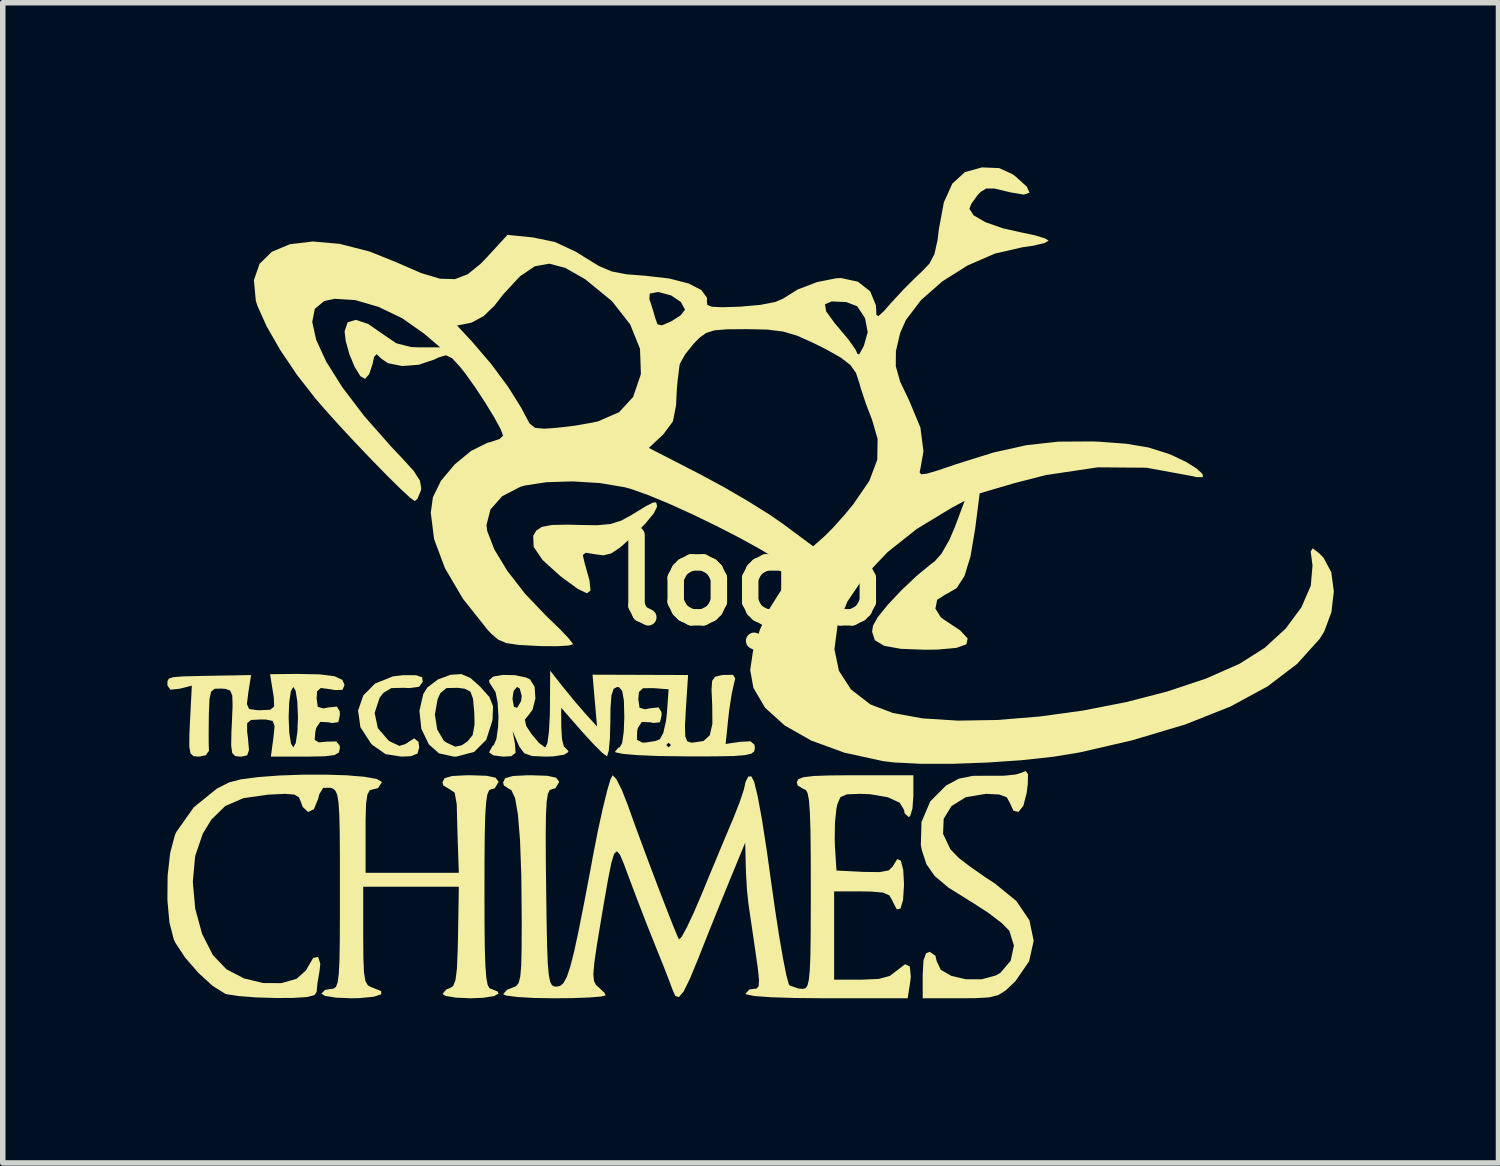
<source format=kicad_pcb>
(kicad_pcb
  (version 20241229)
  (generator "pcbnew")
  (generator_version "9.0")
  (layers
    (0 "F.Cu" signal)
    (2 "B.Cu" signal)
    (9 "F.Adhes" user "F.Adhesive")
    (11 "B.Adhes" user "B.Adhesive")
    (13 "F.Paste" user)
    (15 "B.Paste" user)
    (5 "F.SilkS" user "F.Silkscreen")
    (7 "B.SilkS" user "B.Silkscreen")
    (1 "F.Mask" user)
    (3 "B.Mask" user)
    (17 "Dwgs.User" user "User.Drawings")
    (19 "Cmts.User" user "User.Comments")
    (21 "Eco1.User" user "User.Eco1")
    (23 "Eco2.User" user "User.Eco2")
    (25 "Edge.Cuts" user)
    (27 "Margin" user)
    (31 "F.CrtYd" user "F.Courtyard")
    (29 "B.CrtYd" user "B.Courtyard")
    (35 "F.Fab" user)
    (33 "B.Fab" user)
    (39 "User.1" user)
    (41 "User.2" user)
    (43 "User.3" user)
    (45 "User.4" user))
  (footprint "logo"
    (layer "F.Cu")
    (at 10.619 7.519)
    (property "Reference" "logo" (at 0 0 0) (layer "F.SilkS") (effects (font (size 1.5 1.5) (thickness 0.3))))
    (attr board_only exclude_from_pos_files exclude_from_bom)
    (fp_poly (pts (xy -6.086 1.734) (xy -5.978 1.771) (xy -5.966 1.853) (xy -6.034 1.945) (xy -6.213 1.968) (xy -6.304 1.963) (xy -6.538 1.968) (xy -6.685 2.056) (xy -6.752 2.144) (xy -6.843 2.421) (xy -6.785 2.698) (xy -6.588 2.925) (xy -6.569 2.938) (xy -6.392 3.022) (xy -6.273 2.984) (xy -6.265 2.976) (xy -6.123 2.884) (xy -6.044 2.947) (xy -6.031 3.048) (xy -6.062 3.161) (xy -6.182 3.209) (xy -6.355 3.217) (xy -6.645 3.171) (xy -6.881 3.006) (xy -6.908 2.98) (xy -7.102 2.681) (xy -7.145 2.378) (xy -7.05 2.102) (xy -6.833 1.884) (xy -6.507 1.754) (xy -6.325 1.733)) (stroke (width 0) (type solid)) (fill yes) (layer "F.SilkS"))
    (fp_poly (pts (xy -1.699 -1.359) (xy -1.699 -1.331) (xy -1.758 -1.215) (xy -1.911 -1.028) (xy -2.126 -0.81) (xy -2.127 -0.81) (xy -2.366 -0.597) (xy -2.533 -0.485) (xy -2.674 -0.451) (xy -2.819 -0.469) (xy -2.997 -0.498) (xy -3.05 -0.455) (xy -3.021 -0.327) (xy -2.929 0.003) (xy -2.909 0.19) (xy -2.976 0.241) (xy -3.14 0.162) (xy -3.415 -0.039) (xy -3.469 -0.081) (xy -3.784 -0.366) (xy -3.945 -0.604) (xy -3.954 -0.805) (xy -3.899 -0.9) (xy -3.797 -0.969) (xy -3.613 -1.004) (xy -3.312 -1.01) (xy -3.143 -1.005) (xy -2.788 -0.999) (xy -2.543 -1.022) (xy -2.349 -1.084) (xy -2.161 -1.187) (xy -1.912 -1.34) (xy -1.773 -1.412) (xy -1.714 -1.415)) (stroke (width 0) (type solid)) (fill yes) (layer "F.SilkS"))
    (fp_poly (pts (xy -5.099 1.783) (xy -4.92 1.942) (xy -4.751 2.132) (xy -4.686 2.3) (xy -4.694 2.528) (xy -4.699 2.564) (xy -4.81 2.911) (xy -5.03 3.131) (xy -5.352 3.216) (xy -5.398 3.217) (xy -5.67 3.158) (xy -5.855 2.994) (xy -5.992 2.711) (xy -6.02 2.449) (xy -5.745 2.449) (xy -5.703 2.723) (xy -5.584 2.925) (xy -5.536 2.96) (xy -5.377 3.035) (xy -5.256 3.011) (xy -5.15 2.939) (xy -5.057 2.824) (xy -5.022 2.628) (xy -5.028 2.41) (xy -5.051 2.16) (xy -5.098 2.032) (xy -5.202 1.98) (xy -5.331 1.963) (xy -5.535 1.968) (xy -5.646 2.061) (xy -5.695 2.168) (xy -5.745 2.449) (xy -6.02 2.449) (xy -6.027 2.381) (xy -5.957 2.077) (xy -5.883 1.957) (xy -5.692 1.812) (xy -5.461 1.726) (xy -5.264 1.713)) (stroke (width 0) (type solid)) (fill yes) (layer "F.SilkS"))
    (fp_poly (pts (xy 5.062 3.537) (xy 5.057 3.721) (xy 5.038 3.875) (xy 4.977 4.112) (xy 4.888 4.225) (xy 4.796 4.202) (xy 4.733 4.064) (xy 4.673 3.957) (xy 4.536 3.907) (xy 4.294 3.895) (xy 3.928 3.956) (xy 3.667 4.118) (xy 3.525 4.35) (xy 3.514 4.623) (xy 3.647 4.904) (xy 3.801 5.064) (xy 4.008 5.222) (xy 4.284 5.415) (xy 4.46 5.53) (xy 4.851 5.849) (xy 5.088 6.201) (xy 5.165 6.572) (xy 5.082 6.945) (xy 4.835 7.305) (xy 4.801 7.339) (xy 4.653 7.478) (xy 4.519 7.562) (xy 4.351 7.604) (xy 4.099 7.618) (xy 3.831 7.62) (xy 3.143 7.62) (xy 3.143 7.197) (xy 3.157 6.93) (xy 3.204 6.8) (xy 3.271 6.773) (xy 3.374 6.844) (xy 3.398 6.945) (xy 3.473 7.101) (xy 3.667 7.213) (xy 3.93 7.274) (xy 4.216 7.274) (xy 4.475 7.204) (xy 4.559 7.156) (xy 4.746 6.935) (xy 4.805 6.659) (xy 4.721 6.39) (xy 4.719 6.388) (xy 4.585 6.251) (xy 4.347 6.069) (xy 4.053 5.878) (xy 3.993 5.842) (xy 3.613 5.604) (xy 3.362 5.393) (xy 3.21 5.176) (xy 3.126 4.918) (xy 3.109 4.826) (xy 3.121 4.408) (xy 3.28 4.033) (xy 3.567 3.744) (xy 3.567 3.744) (xy 3.801 3.619) (xy 4.054 3.567) (xy 4.338 3.565) (xy 4.619 3.565) (xy 4.838 3.543) (xy 4.918 3.519) (xy 5.018 3.479)) (stroke (width 0) (type solid)) (fill yes) (layer "F.SilkS"))
    (fp_poly (pts (xy -7.844 1.718) (xy -7.575 1.752) (xy -7.431 1.818) (xy -7.391 1.913) (xy -7.429 2) (xy -7.569 2.004) (xy -7.645 1.99) (xy -7.823 1.966) (xy -7.891 2.026) (xy -7.9 2.154) (xy -7.879 2.31) (xy -7.779 2.339) (xy -7.688 2.321) (xy -7.531 2.305) (xy -7.479 2.391) (xy -7.476 2.455) (xy -7.504 2.589) (xy -7.621 2.605) (xy -7.678 2.592) (xy -7.834 2.584) (xy -7.907 2.692) (xy -7.923 2.761) (xy -7.935 2.913) (xy -7.859 2.957) (xy -7.72 2.944) (xy -7.542 2.94) (xy -7.479 3.018) (xy -7.476 3.063) (xy -7.495 3.143) (xy -7.576 3.189) (xy -7.755 3.211) (xy -8.064 3.217) (xy -8.105 3.217) (xy -8.734 3.217) (xy -8.688 2.879) (xy -8.666 2.663) (xy -8.701 2.566) (xy -8.826 2.541) (xy -8.92 2.54) (xy -9.095 2.549) (xy -9.166 2.608) (xy -9.166 2.765) (xy -9.151 2.879) (xy -9.132 3.096) (xy -9.165 3.193) (xy -9.27 3.217) (xy -9.291 3.217) (xy -9.385 3.207) (xy -9.438 3.151) (xy -9.457 3.013) (xy -9.452 2.758) (xy -9.444 2.603) (xy -9.44 2.498) (xy -8.41 2.498) (xy -8.398 2.785) (xy -8.366 2.982) (xy -8.325 3.048) (xy -8.281 2.97) (xy -8.25 2.764) (xy -8.24 2.498) (xy -8.252 2.21) (xy -8.284 2.013) (xy -8.325 1.947) (xy -8.369 2.025) (xy -8.4 2.231) (xy -8.41 2.498) (xy -9.44 2.498) (xy -9.431 2.287) (xy -9.437 2.103) (xy -9.475 2.014) (xy -9.555 1.984) (xy -9.634 1.977) (xy -9.755 1.98) (xy -9.822 2.031) (xy -9.852 2.167) (xy -9.863 2.429) (xy -9.864 2.485) (xy -9.867 2.779) (xy -9.866 3.01) (xy -9.861 3.111) (xy -9.921 3.193) (xy -10.043 3.217) (xy -10.142 3.209) (xy -10.198 3.16) (xy -10.22 3.037) (xy -10.218 2.802) (xy -10.207 2.571) (xy -10.174 1.924) (xy -10.396 1.98) (xy -10.564 1.997) (xy -10.618 1.921) (xy -10.619 1.907) (xy -10.617 1.838) (xy -10.59 1.794) (xy -10.508 1.769) (xy -10.338 1.755) (xy -10.049 1.748) (xy -9.793 1.743) (xy -9.094 1.731) (xy -9.145 2.051) (xy -9.17 2.259) (xy -9.131 2.349) (xy -8.994 2.37) (xy -8.92 2.371) (xy -8.743 2.362) (xy -8.674 2.302) (xy -8.68 2.143) (xy -8.696 2.043) (xy -8.748 1.715) (xy -8.261 1.71)) (stroke (width 0) (type solid)) (fill yes) (layer "F.SilkS"))
    (fp_poly (pts (xy -7.354 3.557) (xy -7.029 3.584) (xy -6.804 3.624) (xy -6.712 3.678) (xy -6.711 3.683) (xy -6.781 3.791) (xy -6.86 3.81) (xy -6.931 3.829) (xy -6.975 3.907) (xy -6.999 4.075) (xy -7.008 4.364) (xy -7.008 4.572) (xy -7.008 5.334) (xy -6.159 5.334) (xy -5.309 5.334) (xy -5.326 4.847) (xy -5.336 4.521) (xy -5.344 4.219) (xy -5.347 4.085) (xy -5.385 3.873) (xy -5.479 3.81) (xy -5.592 3.742) (xy -5.607 3.683) (xy -5.568 3.609) (xy -5.429 3.57) (xy -5.158 3.556) (xy -5.097 3.556) (xy -4.801 3.566) (xy -4.642 3.6) (xy -4.588 3.668) (xy -4.587 3.683) (xy -4.655 3.795) (xy -4.715 3.81) (xy -4.757 3.83) (xy -4.789 3.904) (xy -4.812 4.051) (xy -4.828 4.292) (xy -4.837 4.646) (xy -4.841 5.134) (xy -4.842 5.63) (xy -4.841 6.238) (xy -4.836 6.697) (xy -4.825 7.027) (xy -4.808 7.247) (xy -4.784 7.377) (xy -4.749 7.438) (xy -4.715 7.451) (xy -4.602 7.496) (xy -4.587 7.535) (xy -4.665 7.58) (xy -4.867 7.611) (xy -5.097 7.62) (xy -5.366 7.608) (xy -5.55 7.577) (xy -5.607 7.542) (xy -5.537 7.459) (xy -5.473 7.436) (xy -5.412 7.396) (xy -5.37 7.288) (xy -5.344 7.084) (xy -5.33 6.755) (xy -5.324 6.498) (xy -5.309 5.588) (xy -6.18 5.588) (xy -7.051 5.588) (xy -7.051 6.485) (xy -7.048 6.886) (xy -7.037 7.148) (xy -7.012 7.305) (xy -6.966 7.385) (xy -6.895 7.422) (xy -6.881 7.426) (xy -6.725 7.489) (xy -6.723 7.547) (xy -6.86 7.592) (xy -7.121 7.617) (xy -7.263 7.62) (xy -7.552 7.608) (xy -7.749 7.576) (xy -7.815 7.535) (xy -7.744 7.467) (xy -7.645 7.451) (xy -7.589 7.444) (xy -7.547 7.411) (xy -7.517 7.33) (xy -7.497 7.18) (xy -7.484 6.941) (xy -7.478 6.589) (xy -7.476 6.106) (xy -7.476 5.64) (xy -7.476 5.042) (xy -7.479 4.592) (xy -7.487 4.268) (xy -7.502 4.049) (xy -7.525 3.912) (xy -7.559 3.836) (xy -7.605 3.799) (xy -7.649 3.785) (xy -7.781 3.786) (xy -7.853 3.906) (xy -7.872 3.986) (xy -7.95 4.175) (xy -8.057 4.226) (xy -8.156 4.13) (xy -8.182 4.054) (xy -8.223 3.958) (xy -8.306 3.908) (xy -8.475 3.895) (xy -8.77 3.909) (xy -8.786 3.91) (xy -9.236 3.974) (xy -9.566 4.118) (xy -9.818 4.365) (xy -9.973 4.618) (xy -10.113 5.028) (xy -10.156 5.499) (xy -10.112 5.987) (xy -9.987 6.446) (xy -9.79 6.833) (xy -9.543 7.091) (xy -9.223 7.258) (xy -8.875 7.342) (xy -8.542 7.344) (xy -8.265 7.265) (xy -8.088 7.106) (xy -8.067 7.062) (xy -7.963 6.886) (xy -7.873 6.866) (xy -7.833 6.992) (xy -7.847 7.123) (xy -7.885 7.346) (xy -7.9 7.504) (xy -7.939 7.562) (xy -8.073 7.597) (xy -8.329 7.613) (xy -8.644 7.615) (xy -9.004 7.604) (xy -9.316 7.58) (xy -9.529 7.548) (xy -9.569 7.536) (xy -9.795 7.394) (xy -10.054 7.157) (xy -10.296 6.879) (xy -10.472 6.612) (xy -10.501 6.552) (xy -10.582 6.238) (xy -10.619 5.83) (xy -10.615 5.389) (xy -10.569 4.976) (xy -10.484 4.651) (xy -10.457 4.59) (xy -10.139 4.141) (xy -9.718 3.8) (xy -9.496 3.687) (xy -9.284 3.632) (xy -8.969 3.59) (xy -8.584 3.561) (xy -8.165 3.546) (xy -7.743 3.545)) (stroke (width 0) (type solid)) (fill yes) (layer "F.SilkS"))
    (fp_poly (pts (xy -3.415 1.943) (xy -3.217 2.186) (xy -3.021 2.414) (xy -2.988 2.451) (xy -2.791 2.667) (xy -2.832 2.195) (xy -2.873 1.724) (xy -2.003 1.727) (xy -1.132 1.73) (xy -1.172 2.347) (xy -1.189 2.665) (xy -1.183 2.85) (xy -1.147 2.937) (xy -1.076 2.962) (xy -1.052 2.962) (xy -0.852 2.933) (xy -0.737 2.829) (xy -0.689 2.62) (xy -0.692 2.285) (xy -0.705 1.996) (xy -0.693 1.835) (xy -0.64 1.762) (xy -0.53 1.734) (xy -0.48 1.729) (xy -0.313 1.726) (xy -0.273 1.793) (xy -0.296 1.889) (xy -0.338 2.079) (xy -0.381 2.359) (xy -0.401 2.53) (xy -0.448 2.986) (xy -0.181 2.947) (xy 0.007 2.938) (xy 0.079 3.002) (xy 0.085 3.062) (xy 0.073 3.122) (xy 0.021 3.163) (xy -0.096 3.19) (xy -0.303 3.206) (xy -0.626 3.212) (xy -1.089 3.213) (xy -1.189 3.212) (xy -1.664 3.206) (xy -2.049 3.19) (xy -2.32 3.167) (xy -2.454 3.139) (xy -2.464 3.128) (xy -2.399 3.05) (xy -2.379 3.048) (xy -2.354 3.006) (xy -1.529 3.006) (xy -1.487 3.048) (xy -1.444 3.006) (xy -1.487 2.963) (xy -1.529 3.006) (xy -2.354 3.006) (xy -2.334 2.97) (xy -2.325 2.91) (xy -2.063 2.91) (xy -1.966 2.961) (xy -1.921 2.962) (xy -1.728 2.933) (xy -1.645 2.899) (xy -1.583 2.784) (xy -1.533 2.561) (xy -1.517 2.413) (xy -1.487 1.99) (xy -1.763 1.969) (xy -1.953 1.97) (xy -2.027 2.04) (xy -2.039 2.168) (xy -2.017 2.325) (xy -1.918 2.355) (xy -1.826 2.336) (xy -1.669 2.32) (xy -1.617 2.405) (xy -1.614 2.463) (xy -1.644 2.591) (xy -1.764 2.604) (xy -1.817 2.592) (xy -1.975 2.584) (xy -2.047 2.696) (xy -2.06 2.752) (xy -2.063 2.91) (xy -2.325 2.91) (xy -2.304 2.764) (xy -2.294 2.498) (xy -2.302 2.189) (xy -2.333 2.017) (xy -2.392 1.951) (xy -2.421 1.947) (xy -2.488 1.981) (xy -2.528 2.101) (xy -2.546 2.339) (xy -2.548 2.582) (xy -2.556 2.885) (xy -2.577 3.107) (xy -2.606 3.208) (xy -2.612 3.21) (xy -2.696 3.148) (xy -2.855 2.989) (xy -3.056 2.77) (xy -3.06 2.765) (xy -3.444 2.327) (xy -3.442 2.687) (xy -3.428 2.907) (xy -3.394 3.035) (xy -3.377 3.048) (xy -3.315 3.113) (xy -3.313 3.133) (xy -3.389 3.182) (xy -3.583 3.212) (xy -3.721 3.217) (xy -3.976 3.206) (xy -4.118 3.155) (xy -4.204 3.039) (xy -4.229 2.985) (xy -4.329 2.752) (xy -4.286 2.985) (xy -4.275 3.148) (xy -4.354 3.209) (xy -4.501 3.217) (xy -4.68 3.194) (xy -4.757 3.139) (xy -4.757 3.138) (xy -4.695 3.023) (xy -4.672 3.006) (xy -4.625 2.898) (xy -4.594 2.678) (xy -4.587 2.498) (xy -4.602 2.234) (xy -4.616 2.164) (xy -4.332 2.164) (xy -4.305 2.308) (xy -4.247 2.328) (xy -4.176 2.209) (xy -4.163 2.112) (xy -4.199 1.977) (xy -4.247 1.947) (xy -4.311 2.02) (xy -4.332 2.164) (xy -4.616 2.164) (xy -4.639 2.045) (xy -4.672 1.99) (xy -4.752 1.867) (xy -4.757 1.824) (xy -4.684 1.759) (xy -4.506 1.728) (xy -4.285 1.733) (xy -4.083 1.776) (xy -4.013 1.808) (xy -3.928 1.945) (xy -3.914 2.156) (xy -3.966 2.362) (xy -4.034 2.454) (xy -4.106 2.543) (xy -4.083 2.654) (xy -3.986 2.804) (xy -3.849 2.967) (xy -3.742 3.046) (xy -3.732 3.048) (xy -3.695 2.97) (xy -3.667 2.762) (xy -3.651 2.464) (xy -3.649 2.349) (xy -3.645 1.651)) (stroke (width 0) (type solid)) (fill yes) (layer "F.SilkS"))
    (fp_poly (pts (xy 2.973 3.937) (xy 2.956 4.164) (xy 2.914 4.301) (xy 2.888 4.318) (xy 2.813 4.249) (xy 2.803 4.189) (xy 2.724 4.057) (xy 2.508 3.957) (xy 2.185 3.902) (xy 1.995 3.895) (xy 1.761 3.904) (xy 1.643 3.956) (xy 1.588 4.084) (xy 1.57 4.17) (xy 1.544 4.425) (xy 1.54 4.744) (xy 1.545 4.869) (xy 1.572 5.292) (xy 2.061 5.317) (xy 2.358 5.321) (xy 2.524 5.29) (xy 2.599 5.216) (xy 2.601 5.211) (xy 2.679 5.084) (xy 2.744 5.112) (xy 2.788 5.279) (xy 2.803 5.546) (xy 2.785 5.827) (xy 2.739 5.984) (xy 2.673 6.001) (xy 2.599 5.865) (xy 2.591 5.842) (xy 2.535 5.745) (xy 2.419 5.694) (xy 2.198 5.675) (xy 2.033 5.673) (xy 1.529 5.673) (xy 1.529 6.477) (xy 1.529 7.281) (xy 2.026 7.281) (xy 2.341 7.267) (xy 2.542 7.214) (xy 2.678 7.11) (xy 2.823 6.999) (xy 2.908 7.041) (xy 2.926 7.23) (xy 2.912 7.345) (xy 2.869 7.62) (xy 1.392 7.62) (xy 0.821 7.615) (xy 0.378 7.601) (xy 0.077 7.579) (xy -0.071 7.549) (xy -0.085 7.535) (xy -0.016 7.46) (xy 0.042 7.451) (xy 0.115 7.443) (xy 0.154 7.4) (xy 0.161 7.289) (xy 0.139 7.077) (xy 0.09 6.732) (xy 0.086 6.705) (xy 0.037 6.37) (xy -0.008 6.066) (xy -0.034 5.884) (xy -0.059 5.643) (xy -0.077 5.333) (xy -0.081 5.207) (xy -0.091 4.784) (xy -0.37 5.461) (xy -0.539 5.876) (xy -0.733 6.357) (xy -0.913 6.809) (xy -0.94 6.879) (xy -1.098 7.262) (xy -1.214 7.498) (xy -1.3 7.598) (xy -1.365 7.577) (xy -1.412 7.472) (xy -1.466 7.326) (xy -1.564 7.072) (xy -1.689 6.761) (xy -1.718 6.689) (xy -1.885 6.271) (xy -2.065 5.804) (xy -2.209 5.422) (xy -2.302 5.171) (xy -2.372 5.006) (xy -2.429 4.941) (xy -2.479 4.986) (xy -2.53 5.154) (xy -2.591 5.458) (xy -2.67 5.91) (xy -2.722 6.217) (xy -2.796 6.666) (xy -2.841 6.978) (xy -2.858 7.181) (xy -2.847 7.304) (xy -2.811 7.376) (xy -2.771 7.412) (xy -2.657 7.518) (xy -2.633 7.566) (xy -2.713 7.588) (xy -2.928 7.605) (xy -3.244 7.617) (xy -3.568 7.62) (xy -3.943 7.614) (xy -4.247 7.596) (xy -4.444 7.571) (xy -4.502 7.545) (xy -4.432 7.466) (xy -4.332 7.426) (xy -4.266 7.399) (xy -4.219 7.34) (xy -4.189 7.222) (xy -4.172 7.02) (xy -4.165 6.706) (xy -4.163 6.253) (xy -4.163 6.167) (xy -4.171 5.37) (xy -4.194 4.739) (xy -4.232 4.272) (xy -4.285 3.968) (xy -4.354 3.824) (xy -4.387 3.81) (xy -4.489 3.742) (xy -4.502 3.683) (xy -4.463 3.609) (xy -4.324 3.57) (xy -4.054 3.556) (xy -3.993 3.556) (xy -3.697 3.566) (xy -3.538 3.6) (xy -3.484 3.668) (xy -3.483 3.683) (xy -3.551 3.795) (xy -3.612 3.81) (xy -3.655 3.828) (xy -3.687 3.897) (xy -3.708 4.037) (xy -3.721 4.267) (xy -3.726 4.609) (xy -3.724 5.082) (xy -3.718 5.609) (xy -3.71 6.205) (xy -3.701 6.652) (xy -3.689 6.973) (xy -3.671 7.187) (xy -3.646 7.317) (xy -3.612 7.383) (xy -3.565 7.406) (xy -3.531 7.408) (xy -3.463 7.395) (xy -3.402 7.342) (xy -3.342 7.233) (xy -3.28 7.049) (xy -3.209 6.773) (xy -3.126 6.387) (xy -3.024 5.873) (xy -2.899 5.213) (xy -2.872 5.063) (xy -2.778 4.582) (xy -2.687 4.165) (xy -2.607 3.838) (xy -2.544 3.626) (xy -2.505 3.556) (xy -2.437 3.63) (xy -2.339 3.825) (xy -2.23 4.1) (xy -2.221 4.128) (xy -2.11 4.437) (xy -1.972 4.812) (xy -1.82 5.22) (xy -1.666 5.626) (xy -1.523 5.996) (xy -1.405 6.296) (xy -1.324 6.493) (xy -1.297 6.548) (xy -1.251 6.504) (xy -1.156 6.331) (xy -1.027 6.057) (xy -0.893 5.744) (xy -0.718 5.32) (xy -0.539 4.89) (xy -0.382 4.516) (xy -0.308 4.341) (xy -0.194 4.052) (xy -0.114 3.811) (xy -0.085 3.678) (xy -0.034 3.579) (xy 0.021 3.577) (xy 0.072 3.675) (xy 0.136 3.938) (xy 0.214 4.362) (xy 0.304 4.944) (xy 0.377 5.468) (xy 0.454 6.011) (xy 0.529 6.496) (xy 0.599 6.9) (xy 0.658 7.197) (xy 0.703 7.362) (xy 0.717 7.386) (xy 0.877 7.442) (xy 0.956 7.449) (xy 1.005 7.438) (xy 1.042 7.391) (xy 1.068 7.286) (xy 1.086 7.103) (xy 1.097 6.82) (xy 1.102 6.418) (xy 1.104 5.875) (xy 1.104 5.63) (xy 1.103 5.022) (xy 1.098 4.563) (xy 1.087 4.234) (xy 1.071 4.014) (xy 1.046 3.883) (xy 1.012 3.822) (xy 0.977 3.81) (xy 0.864 3.742) (xy 0.849 3.683) (xy 0.875 3.629) (xy 0.967 3.593) (xy 1.152 3.57) (xy 1.455 3.559) (xy 1.902 3.556) (xy 1.911 3.556) (xy 2.973 3.556)) (stroke (width 0) (type solid)) (fill yes) (layer "F.SilkS"))
    (fp_poly (pts (xy 4.536 -7.506) (xy 4.779 -7.395) (xy 4.839 -7.35) (xy 5.041 -7.167) (xy 5.089 -7.057) (xy 4.985 -7.023) (xy 4.731 -7.066) (xy 4.693 -7.076) (xy 4.445 -7.134) (xy 4.299 -7.134) (xy 4.196 -7.07) (xy 4.141 -7.011) (xy 4.03 -6.857) (xy 3.993 -6.766) (xy 4.071 -6.645) (xy 4.285 -6.521) (xy 4.601 -6.41) (xy 4.916 -6.339) (xy 5.187 -6.282) (xy 5.375 -6.224) (xy 5.437 -6.183) (xy 5.36 -6.14) (xy 5.162 -6.093) (xy 4.956 -6.063) (xy 4.457 -5.948) (xy 3.96 -5.732) (xy 3.5 -5.442) (xy 3.114 -5.103) (xy 2.837 -4.739) (xy 2.733 -4.504) (xy 2.655 -4.174) (xy 2.652 -3.898) (xy 2.733 -3.612) (xy 2.897 -3.27) (xy 3.101 -2.779) (xy 3.157 -2.346) (xy 3.104 -2.044) (xy 3.086 -1.963) (xy 3.115 -1.927) (xy 3.219 -1.939) (xy 3.428 -2.001) (xy 3.754 -2.112) (xy 4.435 -2.325) (xy 5.034 -2.458) (xy 5.612 -2.522) (xy 6.23 -2.526) (xy 6.345 -2.522) (xy 6.852 -2.484) (xy 7.251 -2.417) (xy 7.601 -2.308) (xy 7.682 -2.276) (xy 7.94 -2.154) (xy 8.132 -2.033) (xy 8.241 -1.934) (xy 8.247 -1.876) (xy 8.13 -1.876) (xy 8.06 -1.893) (xy 7.22 -2.047) (xy 6.333 -2.054) (xy 5.387 -1.913) (xy 4.807 -1.764) (xy 4.181 -1.58) (xy 4.098 -0.93) (xy 4.013 -0.427) (xy 3.904 -0.074) (xy 3.761 0.147) (xy 3.578 0.254) (xy 3.568 0.256) (xy 3.407 0.359) (xy 3.374 0.52) (xy 3.475 0.681) (xy 3.529 0.72) (xy 3.824 0.915) (xy 3.962 1.064) (xy 3.94 1.17) (xy 3.756 1.236) (xy 3.408 1.267) (xy 3.197 1.27) (xy 2.744 1.253) (xy 2.441 1.198) (xy 2.272 1.097) (xy 2.221 0.943) (xy 2.237 0.832) (xy 2.325 0.674) (xy 2.51 0.446) (xy 2.756 0.185) (xy 3.03 -0.074) (xy 3.294 -0.292) (xy 3.363 -0.342) (xy 3.488 -0.486) (xy 3.628 -0.732) (xy 3.724 -0.954) (xy 3.907 -1.443) (xy 3.674 -1.319) (xy 3.034 -0.931) (xy 2.501 -0.507) (xy 2.078 -0.062) (xy 1.772 0.39) (xy 1.59 0.836) (xy 1.535 1.261) (xy 1.616 1.652) (xy 1.836 1.993) (xy 2.19 2.266) (xy 2.599 2.422) (xy 3.139 2.52) (xy 3.782 2.561) (xy 4.503 2.549) (xy 5.272 2.486) (xy 6.065 2.377) (xy 6.853 2.223) (xy 7.609 2.027) (xy 8.306 1.794) (xy 8.914 1.526) (xy 9.374 1.235) (xy 9.758 0.882) (xy 10.044 0.495) (xy 10.214 0.102) (xy 10.246 -0.268) (xy 10.239 -0.314) (xy 10.212 -0.522) (xy 10.25 -0.578) (xy 10.367 -0.488) (xy 10.446 -0.407) (xy 10.587 -0.144) (xy 10.634 0.204) (xy 10.59 0.584) (xy 10.457 0.941) (xy 10.377 1.07) (xy 9.964 1.528) (xy 9.425 1.938) (xy 8.75 2.304) (xy 7.932 2.629) (xy 6.961 2.919) (xy 6.006 3.14) (xy 5.524 3.219) (xy 4.946 3.282) (xy 4.319 3.325) (xy 3.692 3.348) (xy 3.111 3.348) (xy 2.625 3.323) (xy 2.421 3.299) (xy 1.716 3.145) (xy 1.113 2.925) (xy 0.627 2.649) (xy 0.271 2.326) (xy 0.058 1.964) (xy 0 1.639) (xy 0.049 1.303) (xy 0.177 0.903) (xy 0.36 0.506) (xy 0.546 0.212) (xy 0.681 0.02) (xy 0.757 -0.118) (xy 0.763 -0.143) (xy 0.688 -0.235) (xy 0.485 -0.379) (xy 0.182 -0.562) (xy -0.193 -0.769) (xy -0.613 -0.985) (xy -1.049 -1.196) (xy -1.473 -1.389) (xy -1.857 -1.548) (xy -2.174 -1.661) (xy -2.289 -1.692) (xy -2.742 -1.768) (xy -3.238 -1.798) (xy -3.714 -1.783) (xy -4.106 -1.723) (xy -4.186 -1.7) (xy -4.519 -1.528) (xy -4.733 -1.286) (xy -4.805 -1.002) (xy -4.792 -0.895) (xy -4.664 -0.561) (xy -4.425 -0.167) (xy -4.103 0.248) (xy -3.725 0.645) (xy -3.708 0.661) (xy -3.48 0.881) (xy -3.311 1.058) (xy -3.231 1.16) (xy -3.228 1.169) (xy -3.306 1.193) (xy -3.513 1.205) (xy -3.807 1.203) (xy -3.886 1.2) (xy -4.226 1.181) (xy -4.445 1.148) (xy -4.594 1.084) (xy -4.723 0.973) (xy -4.787 0.904) (xy -5.236 0.338) (xy -5.563 -0.219) (xy -5.76 -0.747) (xy -5.82 -1.228) (xy -5.781 -1.509) (xy -5.636 -1.807) (xy -5.387 -2.105) (xy -5.086 -2.353) (xy -4.976 -2.408) (xy -1.847 -2.408) (xy -0.902 -1.922) (xy -0.471 -1.689) (xy -0.032 -1.433) (xy 0.356 -1.19) (xy 0.595 -1.025) (xy 1.147 -0.615) (xy 1.349 -0.794) (xy 1.515 -0.96) (xy 1.728 -1.199) (xy 1.878 -1.381) (xy 2.17 -1.807) (xy 2.315 -2.193) (xy 2.321 -2.571) (xy 2.221 -2.918) (xy 2.108 -3.214) (xy 2.016 -3.49) (xy 1.986 -3.598) (xy 1.927 -3.775) (xy 1.826 -3.917) (xy 1.65 -4.054) (xy 1.368 -4.212) (xy 1.147 -4.322) (xy 0.856 -4.453) (xy 0.6 -4.528) (xy 0.311 -4.564) (xy -0.072 -4.572) (xy -0.423 -4.569) (xy -0.651 -4.55) (xy -0.802 -4.503) (xy -0.923 -4.416) (xy -1.028 -4.309) (xy -1.186 -4.112) (xy -1.28 -3.943) (xy -1.289 -3.907) (xy -1.314 -3.701) (xy -1.322 -3.641) (xy -1.337 -3.475) (xy -1.349 -3.232) (xy -1.35 -3.188) (xy -1.408 -2.891) (xy -1.587 -2.65) (xy -1.603 -2.635) (xy -1.847 -2.408) (xy -4.976 -2.408) (xy -4.786 -2.502) (xy -4.736 -2.514) (xy -4.567 -2.57) (xy -4.502 -2.631) (xy -4.547 -2.75) (xy -4.664 -2.964) (xy -4.827 -3.232) (xy -5.01 -3.51) (xy -5.185 -3.756) (xy -5.281 -3.878) (xy -5.433 -4.044) (xy -5.544 -4.096) (xy -5.679 -4.056) (xy -5.749 -4.021) (xy -6.038 -3.923) (xy -6.341 -3.9) (xy -6.599 -3.951) (xy -6.722 -4.035) (xy -6.807 -4.116) (xy -6.853 -4.065) (xy -6.881 -3.936) (xy -6.942 -3.752) (xy -7.019 -3.665) (xy -7.104 -3.716) (xy -7.206 -3.882) (xy -7.302 -4.112) (xy -7.37 -4.356) (xy -7.391 -4.531) (xy -7.335 -4.696) (xy -7.185 -4.741) (xy -6.963 -4.668) (xy -6.708 -4.491) (xy -6.45 -4.315) (xy -6.18 -4.246) (xy -6.031 -4.24) (xy -5.649 -4.24) (xy -5.941 -4.489) (xy -6.152 -4.638) (xy -5.341 -4.638) (xy -5.055 -4.33) (xy -4.719 -3.936) (xy -4.41 -3.519) (xy -4.17 -3.136) (xy -4.108 -3.016) (xy -4.019 -2.852) (xy -3.921 -2.774) (xy -3.757 -2.758) (xy -3.537 -2.773) (xy -3.203 -2.812) (xy -2.876 -2.869) (xy -2.772 -2.892) (xy -2.39 -3.058) (xy -2.134 -3.336) (xy -1.998 -3.732) (xy -1.992 -3.764) (xy -2.008 -4.214) (xy -2.187 -4.658) (xy -2.519 -5.082) (xy -2.564 -5.119) (xy -1.837 -5.119) (xy -1.835 -5.114) (xy -1.772 -4.922) (xy -1.734 -4.786) (xy -1.689 -4.659) (xy -1.607 -4.641) (xy -1.437 -4.715) (xy -1.267 -4.825) (xy -1.19 -4.924) (xy -1.189 -4.929) (xy -1.263 -5.067) (xy -1.441 -5.186) (xy -1.659 -5.245) (xy -1.687 -5.247) (xy -1.83 -5.22) (xy -1.837 -5.119) (xy -2.564 -5.119) (xy -2.998 -5.474) (xy -3.032 -5.496) (xy -3.372 -5.689) (xy -3.662 -5.765) (xy -3.927 -5.716) (xy -4.196 -5.534) (xy -4.495 -5.211) (xy -4.661 -4.999) (xy -4.855 -4.811) (xy -5.07 -4.694) (xy -5.101 -4.685) (xy -5.341 -4.638) (xy -6.152 -4.638) (xy -6.338 -4.769) (xy -6.77 -4.977) (xy -7.195 -5.101) (xy -7.571 -5.125) (xy -7.762 -5.084) (xy -7.933 -4.942) (xy -7.98 -4.703) (xy -7.908 -4.377) (xy -7.723 -3.976) (xy -7.431 -3.512) (xy -7.038 -2.995) (xy -6.548 -2.438) (xy -6.363 -2.243) (xy -6.134 -1.992) (xy -6.018 -1.812) (xy -5.994 -1.67) (xy -6.001 -1.63) (xy -6.062 -1.482) (xy -6.111 -1.439) (xy -6.194 -1.498) (xy -6.367 -1.658) (xy -6.607 -1.894) (xy -6.889 -2.182) (xy -7.19 -2.498) (xy -7.487 -2.817) (xy -7.754 -3.114) (xy -7.921 -3.307) (xy -8.258 -3.739) (xy -8.563 -4.192) (xy -8.811 -4.623) (xy -8.976 -4.99) (xy -9.008 -5.091) (xy -9.043 -5.464) (xy -8.94 -5.762) (xy -8.716 -5.982) (xy -8.387 -6.119) (xy -7.969 -6.169) (xy -7.48 -6.126) (xy -6.937 -5.987) (xy -6.444 -5.789) (xy -5.994 -5.593) (xy -5.651 -5.491) (xy -5.38 -5.483) (xy -5.147 -5.572) (xy -4.915 -5.76) (xy -4.8 -5.879) (xy -4.422 -6.29) (xy -3.955 -6.242) (xy -3.558 -6.16) (xy -3.178 -5.983) (xy -3.025 -5.887) (xy -2.756 -5.722) (xy -2.524 -5.624) (xy -2.259 -5.572) (xy -1.915 -5.545) (xy -1.476 -5.495) (xy -1.125 -5.405) (xy -0.888 -5.283) (xy -0.786 -5.14) (xy -0.789 -5.079) (xy -0.782 -5.015) (xy -0.698 -4.98) (xy -0.505 -4.971) (xy -0.178 -4.982) (xy 0.185 -5.014) (xy 0.24 -5.025) (xy 1.363 -5.025) (xy 1.384 -4.895) (xy 1.543 -4.676) (xy 1.607 -4.602) (xy 1.791 -4.381) (xy 1.918 -4.201) (xy 1.958 -4.116) (xy 1.988 -4.117) (xy 2.059 -4.244) (xy 2.073 -4.276) (xy 2.141 -4.518) (xy 2.096 -4.754) (xy 2.085 -4.784) (xy 1.949 -4.989) (xy 1.75 -5.065) (xy 1.484 -5.077) (xy 1.363 -5.025) (xy 0.24 -5.025) (xy 0.46 -5.068) (xy 0.598 -5.128) (xy 0.866 -5.295) (xy 1.218 -5.429) (xy 1.567 -5.499) (xy 1.654 -5.503) (xy 1.961 -5.437) (xy 2.186 -5.261) (xy 2.29 -5.007) (xy 2.294 -4.95) (xy 2.3 -4.83) (xy 2.338 -4.811) (xy 2.436 -4.901) (xy 2.57 -5.053) (xy 2.801 -5.303) (xy 3.044 -5.544) (xy 3.112 -5.606) (xy 3.265 -5.765) (xy 3.357 -5.941) (xy 3.413 -6.193) (xy 3.437 -6.389) (xy 3.528 -6.881) (xy 3.683 -7.224) (xy 3.912 -7.433) (xy 4.223 -7.519) (xy 4.231 -7.519)) (stroke (width 0) (type solid)) (fill yes) (layer "F.SilkS")))
  (gr_rect
    (start -3 -3)
    (end 24.253 18.139)
    (stroke (width 0.1) (type default))
    (fill no)
    (layer "Edge.Cuts")))
</source>
